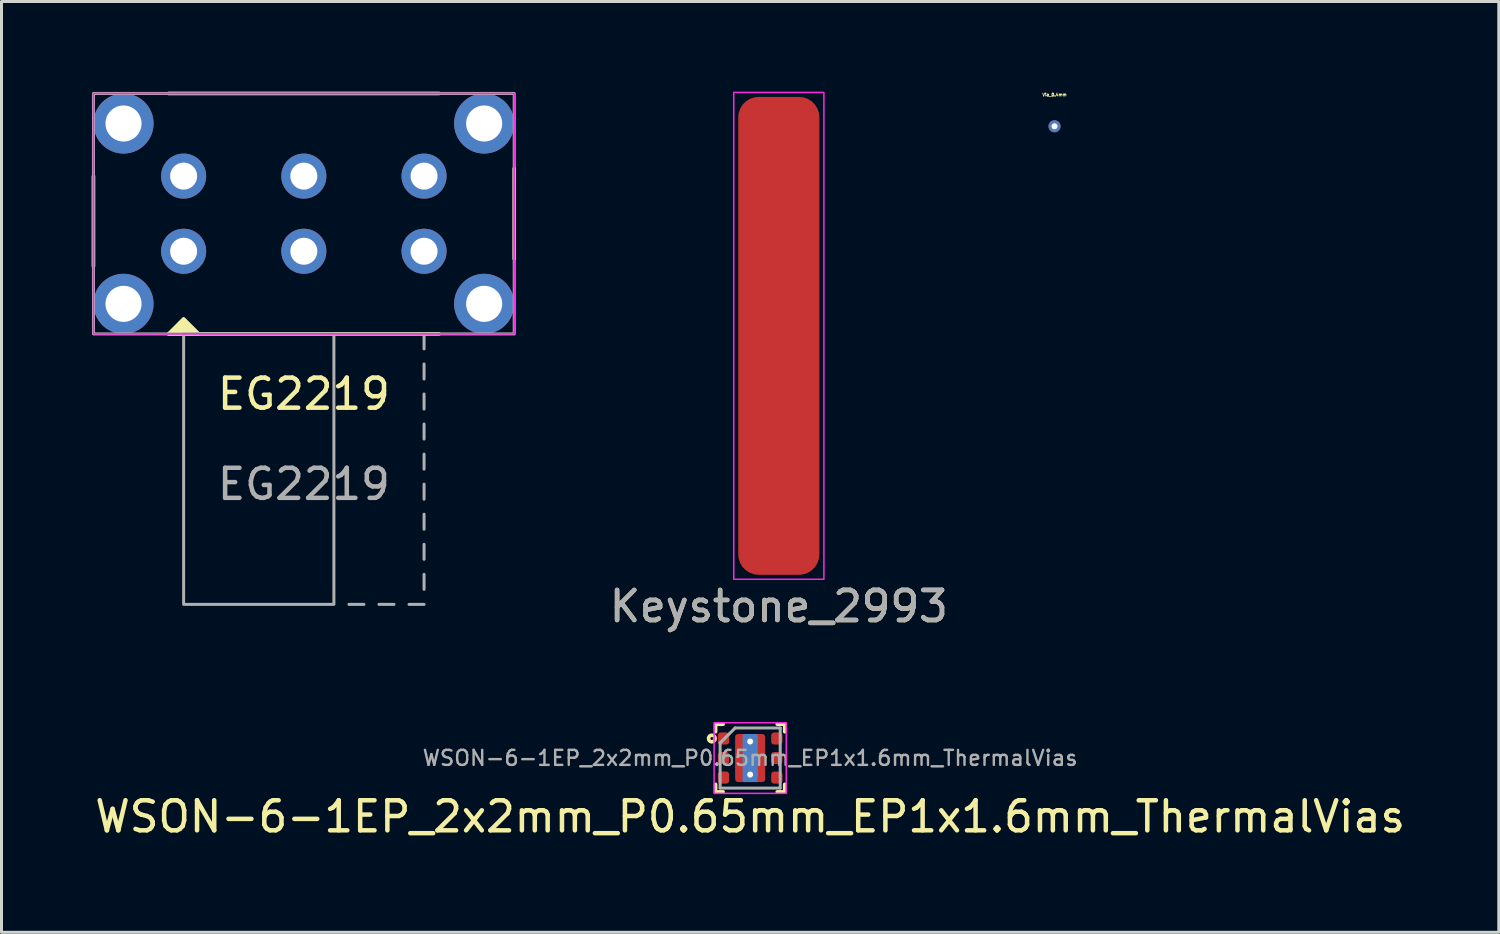
<source format=kicad_pcb>
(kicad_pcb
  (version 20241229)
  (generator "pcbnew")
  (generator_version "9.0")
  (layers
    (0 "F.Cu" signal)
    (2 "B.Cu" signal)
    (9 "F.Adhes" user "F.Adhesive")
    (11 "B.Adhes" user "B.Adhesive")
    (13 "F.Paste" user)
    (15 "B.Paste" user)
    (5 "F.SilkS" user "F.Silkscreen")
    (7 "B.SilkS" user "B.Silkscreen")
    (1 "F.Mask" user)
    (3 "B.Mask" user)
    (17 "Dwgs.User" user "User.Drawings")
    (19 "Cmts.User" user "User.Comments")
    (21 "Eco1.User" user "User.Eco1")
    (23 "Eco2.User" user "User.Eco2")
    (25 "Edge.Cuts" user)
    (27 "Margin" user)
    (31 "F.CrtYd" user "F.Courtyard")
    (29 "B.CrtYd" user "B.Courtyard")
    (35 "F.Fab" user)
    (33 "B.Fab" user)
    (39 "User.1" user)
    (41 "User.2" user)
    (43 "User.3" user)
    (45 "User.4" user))
  (footprint "Keystone_2993"
    (layer "F.Cu")
    (at 22.864 8.125)
    (property "Reference" "Keystone_2993" (at 0 9 0) (unlocked yes) (layer "F.SilkS") (effects (font (size 1 1) (thickness 0.15))))
    (attr smd)
    (fp_rect (start -1.5 -8.1) (end 1.5 8.1) (stroke (width 0.05) (type solid)) (fill no) (layer "F.CrtYd"))
    (fp_text user "${REFERENCE}" (at 0 9 0) (unlocked yes) (layer "F.Fab") (effects (font (size 1 1) (thickness 0.15))))
    (pad "1" smd roundrect (at 0 0) (size 2.7 15.9) (layers "F.Cu" "F.Mask" "F.Paste") (roundrect_rratio 0.25)))
  (footprint "EG2219"
    (layer "F.Cu")
    (at 7.06 4.06)
    (property "Reference" "EG2219" (at 0 6 0) (unlocked yes) (layer "F.SilkS") (effects (font (size 1 1) (thickness 0.15))))
    (attr through_hole)
    (fp_line (start -7 -1.25) (end -7 1.75) (stroke (width 0.12) (type solid)) (layer "F.SilkS"))
    (fp_line (start -4.5 -4) (end 4.5 -4) (stroke (width 0.12) (type solid)) (layer "F.SilkS"))
    (fp_line (start 4.5 4) (end -4.5 4) (stroke (width 0.12) (type solid)) (layer "F.SilkS"))
    (fp_line (start 7 -1.5) (end 7 1.5) (stroke (width 0.12) (type solid)) (layer "F.SilkS"))
    (fp_poly (pts (xy -3.5 4) (xy -4.5 4) (xy -4 3.5)) (stroke (width 0.12) (type solid)) (fill yes) (layer "F.SilkS"))
    (fp_rect (start -7 -4) (end 7 4) (stroke (width 0.05) (type solid)) (fill no) (layer "F.CrtYd"))
    (fp_line (start 1.5 13) (end 2 13) (stroke (width 0.1) (type solid)) (layer "F.Fab"))
    (fp_line (start 2.5 13) (end 3 13) (stroke (width 0.1) (type solid)) (layer "F.Fab"))
    (fp_line (start 3.5 13) (end 4 13) (stroke (width 0.1) (type solid)) (layer "F.Fab"))
    (fp_line (start 4 4) (end 4 4.5) (stroke (width 0.1) (type solid)) (layer "F.Fab"))
    (fp_line (start 4 5) (end 4 5.5) (stroke (width 0.1) (type solid)) (layer "F.Fab"))
    (fp_line (start 4 6) (end 4 6.5) (stroke (width 0.1) (type solid)) (layer "F.Fab"))
    (fp_line (start 4 7) (end 4 7.5) (stroke (width 0.1) (type solid)) (layer "F.Fab"))
    (fp_line (start 4 8) (end 4 8.5) (stroke (width 0.1) (type solid)) (layer "F.Fab"))
    (fp_line (start 4 9) (end 4 9.5) (stroke (width 0.1) (type solid)) (layer "F.Fab"))
    (fp_line (start 4 10) (end 4 10.5) (stroke (width 0.1) (type solid)) (layer "F.Fab"))
    (fp_line (start 4 11) (end 4 11.5) (stroke (width 0.1) (type solid)) (layer "F.Fab"))
    (fp_line (start 4 12) (end 4 12.5) (stroke (width 0.1) (type solid)) (layer "F.Fab"))
    (fp_rect (start -7 -4) (end 7 4) (stroke (width 0.1) (type solid)) (fill no) (layer "F.Fab"))
    (fp_rect (start -4 4) (end 1 13) (stroke (width 0.1) (type solid)) (fill no) (layer "F.Fab"))
    (fp_text user "${REFERENCE}" (at 0 9 0) (unlocked yes) (layer "F.Fab") (effects (font (size 1 1) (thickness 0.15))))
    (pad "" thru_hole circle (at -6 -3) (size 2 2) (drill 1.2) (layers "*.Cu" "*.Mask"))
    (pad "" thru_hole circle (at -6 3) (size 2 2) (drill 1.2) (layers "*.Cu" "*.Mask"))
    (pad "" thru_hole circle (at 6 -3) (size 2 2) (drill 1.2) (layers "*.Cu" "*.Mask"))
    (pad "" thru_hole circle (at 6 3) (size 2 2) (drill 1.2) (layers "*.Cu" "*.Mask"))
    (pad "1" thru_hole circle (at -4 1.25) (size 1.5 1.5) (drill 0.9) (layers "*.Cu" "*.Mask"))
    (pad "2" thru_hole circle (at 0 1.25) (size 1.5 1.5) (drill 0.9) (layers "*.Cu" "*.Mask"))
    (pad "3" thru_hole circle (at 4 1.25) (size 1.5 1.5) (drill 0.9) (layers "*.Cu" "*.Mask"))
    (pad "4" thru_hole circle (at -4 -1.25) (size 1.5 1.5) (drill 0.9) (layers "*.Cu" "*.Mask"))
    (pad "5" thru_hole circle (at 0 -1.25) (size 1.5 1.5) (drill 0.9) (layers "*.Cu" "*.Mask"))
    (pad "6" thru_hole circle (at 4 -1.25) (size 1.5 1.5) (drill 0.9) (layers "*.Cu" "*.Mask")))
  (footprint "WSON-6-1EP_2x2mm_P0.65mm_EP1x1.6mm_ThermalVias"
    (layer "F.Cu")
    (at 21.911 22.173)
    (property "Reference" "WSON-6-1EP_2x2mm_P0.65mm_EP1x1.6mm_ThermalVias" (at 0 1.95 0) (layer "F.SilkS") (effects (font (size 1 1) (thickness 0.15))))
    (attr smd)
    (fp_line (start -1.15 -1.125) (end -0.9 -1.125) (stroke (width 0.12) (type solid)) (layer "F.SilkS"))
    (fp_line (start -1.15 -0.875) (end -1.15 -1.125) (stroke (width 0.12) (type solid)) (layer "F.SilkS"))
    (fp_line (start -1.15 1.125) (end -1.15 0.875) (stroke (width 0.12) (type solid)) (layer "F.SilkS"))
    (fp_line (start -0.9 1.125) (end -1.15 1.125) (stroke (width 0.12) (type solid)) (layer "F.SilkS"))
    (fp_line (start 0.9 -1.125) (end 1.15 -1.125) (stroke (width 0.12) (type solid)) (layer "F.SilkS"))
    (fp_line (start 1.15 -1.125) (end 1.15 -0.875) (stroke (width 0.12) (type solid)) (layer "F.SilkS"))
    (fp_line (start 1.15 0.875) (end 1.15 1.125) (stroke (width 0.12) (type solid)) (layer "F.SilkS"))
    (fp_line (start 1.15 1.125) (end 0.9 1.125) (stroke (width 0.12) (type solid)) (layer "F.SilkS"))
    (fp_circle (center -1.275 -0.65) (end -1.225 -0.65) (stroke (width 0.12) (type solid)) (fill no) (layer "F.SilkS"))
    (fp_rect (start -1.2 -1.175) (end 1.2 1.175) (stroke (width 0.05) (type solid)) (fill no) (layer "F.CrtYd"))
    (fp_line (start -1 -0.5) (end -0.5 -1) (stroke (width 0.1) (type solid)) (layer "F.Fab"))
    (fp_line (start -1 1) (end -1 -0.5) (stroke (width 0.1) (type solid)) (layer "F.Fab"))
    (fp_line (start -0.5 -1) (end 1 -1) (stroke (width 0.1) (type solid)) (layer "F.Fab"))
    (fp_line (start 1 -1) (end 1 1) (stroke (width 0.1) (type solid)) (layer "F.Fab"))
    (fp_line (start 1 1) (end -1 1) (stroke (width 0.1) (type solid)) (layer "F.Fab"))
    (fp_text user "${REFERENCE}" (at 0 0 0) (layer "F.Fab") (effects (font (size 0.5 0.5) (thickness 0.08))))
    (pad "" smd roundrect (at 0 -0.4) (size 0.87 0.69) (layers "F.Paste") (roundrect_rratio 0.25))
    (pad "" smd roundrect (at 0 0.4) (size 0.87 0.69) (layers "F.Paste") (roundrect_rratio 0.25))
    (pad "1" smd roundrect (at -0.887 -0.65) (size 0.375 0.4) (layers "F.Cu" "F.Mask" "F.Paste") (roundrect_rratio 0.25))
    (pad "2" smd roundrect (at -0.887 0) (size 0.375 0.4) (layers "F.Cu" "F.Mask" "F.Paste") (roundrect_rratio 0.25))
    (pad "3" smd roundrect (at -0.887 0.65) (size 0.375 0.4) (layers "F.Cu" "F.Mask" "F.Paste") (roundrect_rratio 0.25))
    (pad "4" smd roundrect (at 0.887 0.65) (size 0.375 0.4) (layers "F.Cu" "F.Mask" "F.Paste") (roundrect_rratio 0.25))
    (pad "5" smd roundrect (at 0.887 0) (size 0.375 0.4) (layers "F.Cu" "F.Mask" "F.Paste") (roundrect_rratio 0.25))
    (pad "6" smd roundrect (at 0.887 -0.65) (size 0.375 0.4) (layers "F.Cu" "F.Mask" "F.Paste") (roundrect_rratio 0.25))
    (pad "7" thru_hole circle (at 0 -0.55) (size 0.5 0.5) (drill 0.2) (layers "*.Cu"))
    (pad "7" smd roundrect (at 0 0) (size 0.5 1.6) (layers "B.Cu") (roundrect_rratio 0.1))
    (pad "7" smd roundrect (at 0 0) (size 1 1.6) (layers "F.Cu" "F.Mask") (roundrect_rratio 0.1))
    (pad "7" thru_hole circle (at 0 0.55) (size 0.5 0.5) (drill 0.2) (layers "*.Cu")))
  (footprint "Via_0.4mm"
    (layer "F.Cu")
    (at 32.038 1.152)
    (property "Reference" "Via_0.4mm" (at 0 -1.05 0) (unlocked yes) (layer "F.SilkS") (effects (font (size 0.1 0.1) (thickness 0.025))))
    (pad "" thru_hole circle (at 0 0) (size 0.4 0.4) (drill 0.2) (layers "*.Cu")))
  (gr_rect
    (start -3 -3)
    (end 46.821 27.971)
    (stroke (width 0.1) (type default))
    (fill no)
    (layer "Edge.Cuts")))
</source>
